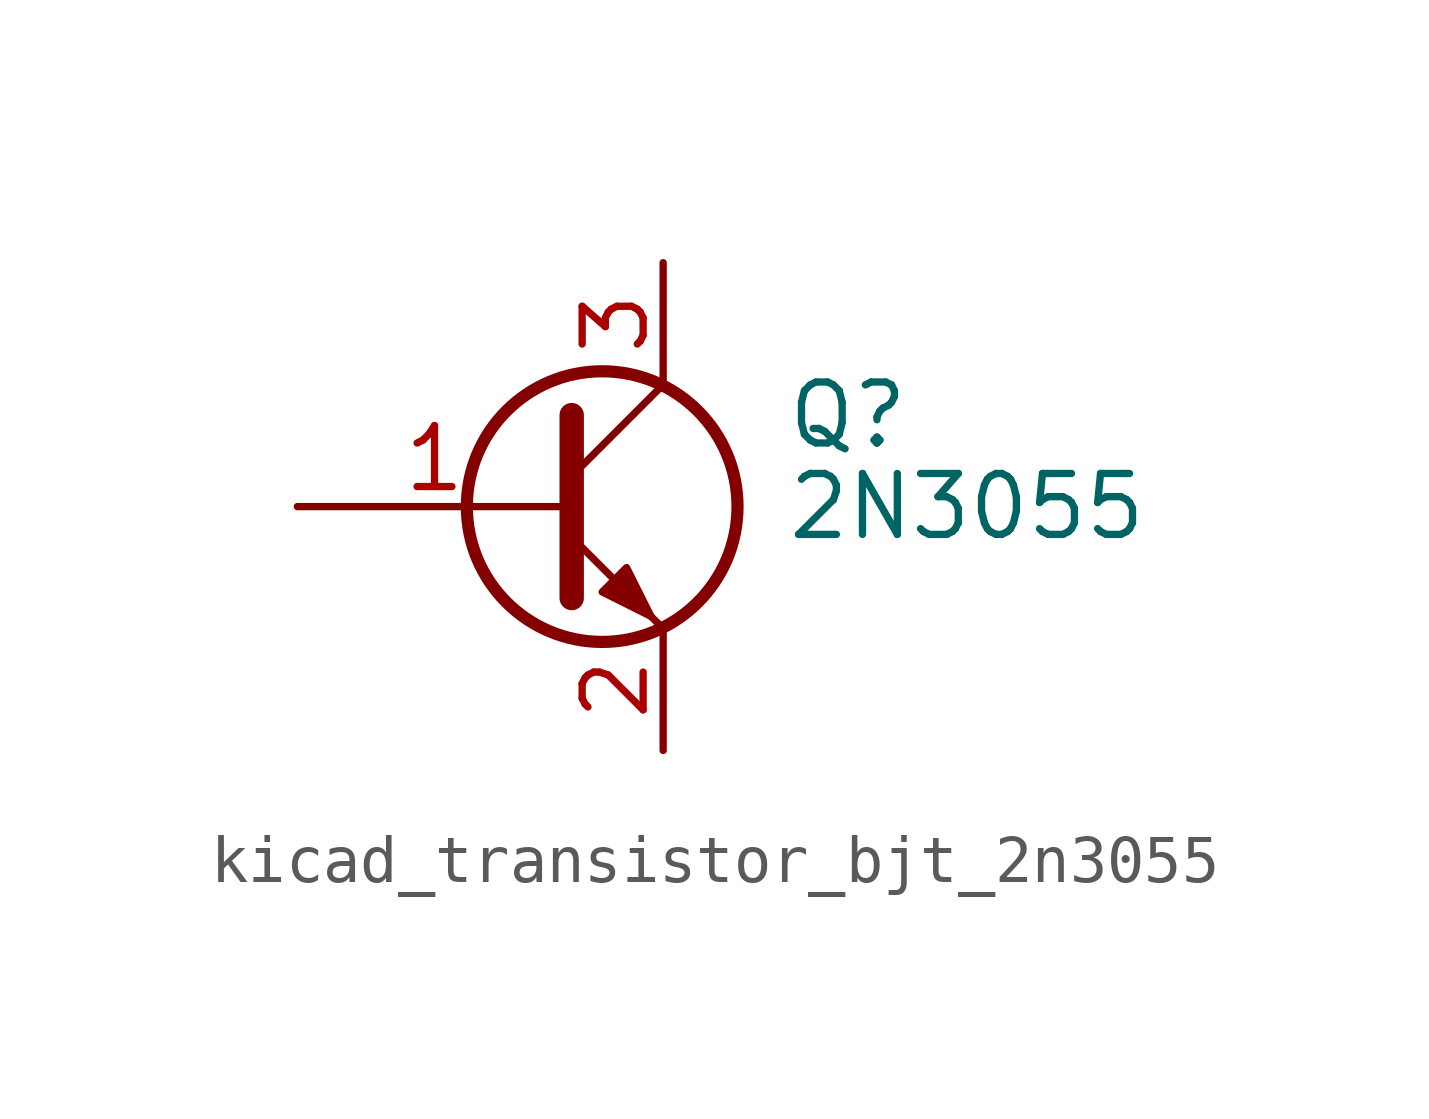
<source format=kicad_sym>
(kicad_symbol_lib
  (version 20220914)
  (generator kicad_symbol_editor)
  (symbol "kicad_transistor_bjt_2n3055"
    (pin_names
      (offset 0) hide)
    (property "Reference" "Q"
      (at 5.08 1.905 0)
      (effects (font (size 1.27 1.27)) (justify left)))
    (property "Value" "2N3055"
      (at 5.08 0 0)
      (effects (font (size 1.27 1.27)) (justify left)))
    (symbol "kicad_transistor_bjt_2n3055_0_1"
      (polyline (pts (xy 0.635 0.635) (xy 2.54 2.54)) (stroke (width 0) (type default)) (fill (type none)))
      (polyline (pts (xy 0.635 -0.635) (xy 2.54 -2.54) (xy 2.54 -2.54)) (stroke (width 0) (type default)) (fill (type none)))
      (polyline (pts (xy 0.635 1.905) (xy 0.635 -1.905) (xy 0.635 -1.905)) (stroke (width 0.508) (type default)) (fill (type none)))
      (polyline (pts (xy 1.27 -1.778) (xy 1.778 -1.27) (xy 2.286 -2.286) (xy 1.27 -1.778) (xy 1.27 -1.778)) (stroke (width 0) (type default)) (fill (type outline)))
      (circle (center 1.27 0) (radius 2.819) (stroke (width 0.254) (type default)) (fill (type none))))
    (symbol "kicad_transistor_bjt_2n3055_1_1"
      (pin input line (at -5.08 0 0) (length 5.715) (name "B" (effects (font (size 1.27 1.27)))) (number "1" (effects (font (size 1.27 1.27)))))
      (pin passive line (at 2.54 -5.08 90) (length 2.54) (name "E" (effects (font (size 1.27 1.27)))) (number "2" (effects (font (size 1.27 1.27)))))
      (pin passive line (at 2.54 5.08 270) (length 2.54) (name "C" (effects (font (size 1.27 1.27)))) (number "3" (effects (font (size 1.27 1.27))))))))
</source>
